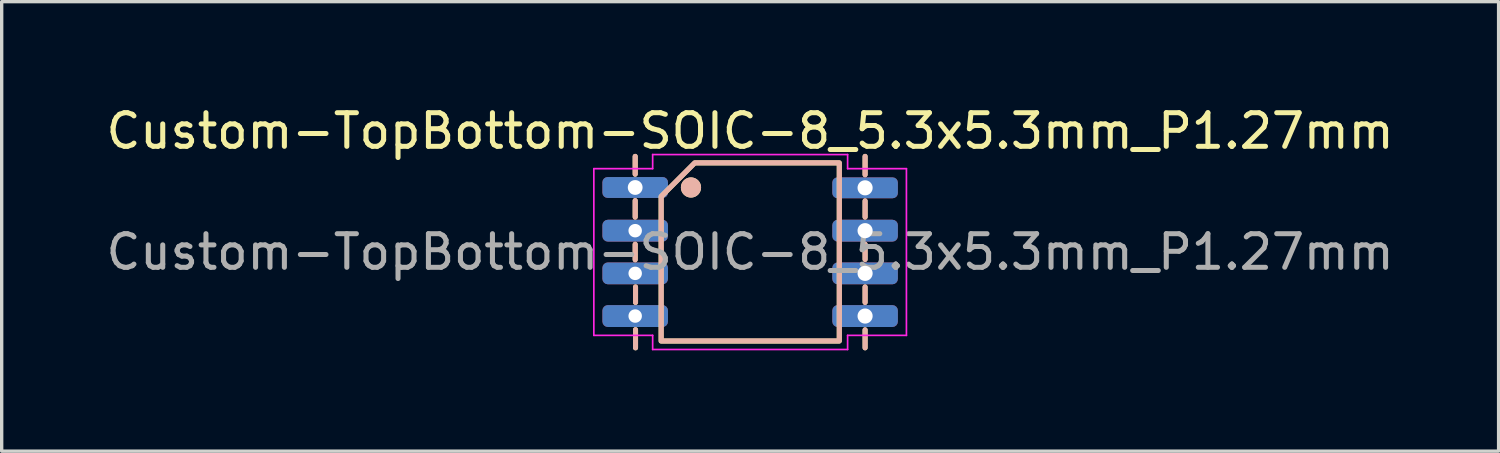
<source format=kicad_pcb>
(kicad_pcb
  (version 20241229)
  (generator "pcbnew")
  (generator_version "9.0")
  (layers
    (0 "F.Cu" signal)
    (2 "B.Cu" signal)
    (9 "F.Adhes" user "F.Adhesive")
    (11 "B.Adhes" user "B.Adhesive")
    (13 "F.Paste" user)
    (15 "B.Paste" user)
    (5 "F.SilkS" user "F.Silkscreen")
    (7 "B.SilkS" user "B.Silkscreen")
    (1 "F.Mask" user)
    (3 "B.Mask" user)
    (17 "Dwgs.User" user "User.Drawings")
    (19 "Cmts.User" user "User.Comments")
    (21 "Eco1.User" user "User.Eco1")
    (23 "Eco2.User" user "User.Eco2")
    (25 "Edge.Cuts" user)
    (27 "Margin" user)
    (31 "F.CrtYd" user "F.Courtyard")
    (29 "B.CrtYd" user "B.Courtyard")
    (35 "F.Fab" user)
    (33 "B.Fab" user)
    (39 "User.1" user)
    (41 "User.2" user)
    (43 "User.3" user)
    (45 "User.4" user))
  (footprint "Custom-TopBottom-SOIC-8_5.3x5.3mm_P1.27mm"
    (layer "F.Cu")
    (at 19.268 4.448)
    (property "Reference" "Custom-TopBottom-SOIC-8_5.3x5.3mm_P1.27mm" (at 0 -3.6 0) (layer "F.SilkS") (effects (font (size 1 1) (thickness 0.15))))
    (attr smd)
    (fp_line (start -3.42 -2.845) (end -3.42 -2.315) (stroke (width 0.15) (type default)) (layer "F.SilkS"))
    (fp_line (start -3.42 -1.53) (end -3.42 -1.04) (stroke (width 0.15) (type default)) (layer "F.SilkS"))
    (fp_line (start -3.42 -0.23) (end -3.42 0.23) (stroke (width 0.15) (type default)) (layer "F.SilkS"))
    (fp_line (start -3.41 1.04) (end -3.41 1.5) (stroke (width 0.15) (type default)) (layer "F.SilkS"))
    (fp_line (start -3.41 2.31) (end -3.41 2.85) (stroke (width 0.15) (type default)) (layer "F.SilkS"))
    (fp_line (start 3.42 -2.845) (end 3.42 -2.3) (stroke (width 0.15) (type default)) (layer "F.SilkS"))
    (fp_line (start 3.42 -1.52) (end 3.42 -1.04) (stroke (width 0.15) (type default)) (layer "F.SilkS"))
    (fp_line (start 3.42 -0.23) (end 3.42 0.22) (stroke (width 0.15) (type default)) (layer "F.SilkS"))
    (fp_line (start 3.42 1.04) (end 3.42 1.5) (stroke (width 0.15) (type default)) (layer "F.SilkS"))
    (fp_line (start 3.42 2.315) (end 3.42 2.85) (stroke (width 0.15) (type default)) (layer "F.SilkS"))
    (fp_circle (center -1.76 -1.92) (end -1.51 -1.92) (stroke (width 0.1) (type default)) (fill yes) (layer "F.SilkS"))
    (fp_poly (pts (xy -1.65 -2.65) (xy 2.65 -2.65) (xy 2.65 2.65) (xy -2.65 2.65) (xy -2.65 -1.65)) (stroke (width 0.15) (type solid)) (fill no) (layer "F.SilkS"))
    (fp_line (start -3.42 -2.845) (end -3.42 -2.315) (stroke (width 0.15) (type default)) (layer "B.SilkS"))
    (fp_line (start -3.42 -1.53) (end -3.42 -1.04) (stroke (width 0.15) (type default)) (layer "B.SilkS"))
    (fp_line (start -3.42 -0.23) (end -3.42 0.23) (stroke (width 0.15) (type default)) (layer "B.SilkS"))
    (fp_line (start -3.41 1.04) (end -3.41 1.5) (stroke (width 0.15) (type default)) (layer "B.SilkS"))
    (fp_line (start -3.41 2.31) (end -3.41 2.85) (stroke (width 0.15) (type default)) (layer "B.SilkS"))
    (fp_line (start 3.42 -2.845) (end 3.42 -2.3) (stroke (width 0.15) (type default)) (layer "B.SilkS"))
    (fp_line (start 3.42 -1.52) (end 3.42 -1.04) (stroke (width 0.15) (type default)) (layer "B.SilkS"))
    (fp_line (start 3.42 -0.23) (end 3.42 0.22) (stroke (width 0.15) (type default)) (layer "B.SilkS"))
    (fp_line (start 3.42 1.04) (end 3.42 1.5) (stroke (width 0.15) (type default)) (layer "B.SilkS"))
    (fp_line (start 3.42 2.315) (end 3.42 2.85) (stroke (width 0.15) (type default)) (layer "B.SilkS"))
    (fp_circle (center -1.76 -1.92) (end -1.51 -1.92) (stroke (width 0.1) (type default)) (fill yes) (layer "B.SilkS"))
    (fp_poly (pts (xy -1.645 -2.655) (xy 2.655 -2.655) (xy 2.655 2.645) (xy -2.645 2.645) (xy -2.645 -1.655)) (stroke (width 0.15) (type solid)) (fill no) (layer "B.SilkS"))
    (fp_line (start -4.65 -2.48) (end -2.9 -2.48) (stroke (width 0.05) (type solid)) (layer "F.CrtYd"))
    (fp_line (start -4.65 2.48) (end -4.65 -2.48) (stroke (width 0.05) (type solid)) (layer "F.CrtYd"))
    (fp_line (start -2.9 -2.9) (end 2.9 -2.9) (stroke (width 0.05) (type solid)) (layer "F.CrtYd"))
    (fp_line (start -2.9 -2.48) (end -2.9 -2.9) (stroke (width 0.05) (type solid)) (layer "F.CrtYd"))
    (fp_line (start -2.9 2.48) (end -4.65 2.48) (stroke (width 0.05) (type solid)) (layer "F.CrtYd"))
    (fp_line (start -2.9 2.9) (end -2.9 2.48) (stroke (width 0.05) (type solid)) (layer "F.CrtYd"))
    (fp_line (start 2.9 -2.9) (end 2.9 -2.48) (stroke (width 0.05) (type solid)) (layer "F.CrtYd"))
    (fp_line (start 2.9 -2.48) (end 4.65 -2.48) (stroke (width 0.05) (type solid)) (layer "F.CrtYd"))
    (fp_line (start 2.9 2.48) (end 2.9 2.9) (stroke (width 0.05) (type solid)) (layer "F.CrtYd"))
    (fp_line (start 2.9 2.9) (end -2.9 2.9) (stroke (width 0.05) (type solid)) (layer "F.CrtYd"))
    (fp_line (start 4.65 -2.48) (end 4.65 2.48) (stroke (width 0.05) (type solid)) (layer "F.CrtYd"))
    (fp_line (start 4.65 2.48) (end 2.9 2.48) (stroke (width 0.05) (type solid)) (layer "F.CrtYd"))
    (fp_text user "${REFERENCE}" (at 0 0 0) (layer "F.Fab") (effects (font (size 1 1) (thickness 0.15))))
    (pad "1" thru_hole roundrect (at -3.42 -1.92) (size 1.95 0.62) (drill 0.44) (layers "*.Cu" "*.Mask") (roundrect_rratio 0.25))
    (pad "2" thru_hole roundrect (at -3.42 -0.635) (size 1.95 0.65) (drill 0.4) (layers "*.Cu" "*.Mask") (roundrect_rratio 0.25))
    (pad "3" thru_hole roundrect (at -3.42 0.635) (size 1.95 0.65) (drill 0.4) (layers "*.Cu" "*.Mask") (roundrect_rratio 0.25))
    (pad "4" thru_hole roundrect (at -3.42 1.905) (size 1.95 0.65) (drill 0.4) (layers "*.Cu" "*.Mask") (roundrect_rratio 0.25))
    (pad "5" thru_hole roundrect (at 3.42 1.905) (size 1.95 0.65) (drill 0.45) (layers "*.Cu" "*.Mask") (roundrect_rratio 0.25))
    (pad "6" thru_hole roundrect (at 3.42 0.635) (size 1.95 0.65) (drill 0.45) (layers "*.Cu" "*.Mask") (roundrect_rratio 0.25))
    (pad "7" thru_hole roundrect (at 3.42 -0.635) (size 1.95 0.65) (drill 0.45) (layers "*.Cu" "*.Mask") (roundrect_rratio 0.25))
    (pad "8" thru_hole roundrect (at 3.42 -1.91) (size 1.95 0.62) (drill 0.45) (layers "*.Cu" "*.Mask") (roundrect_rratio 0.25)))
  (gr_rect
    (start -3 -3)
    (end 41.536 10.373)
    (stroke (width 0.1) (type default))
    (fill no)
    (layer "Edge.Cuts")))
</source>
